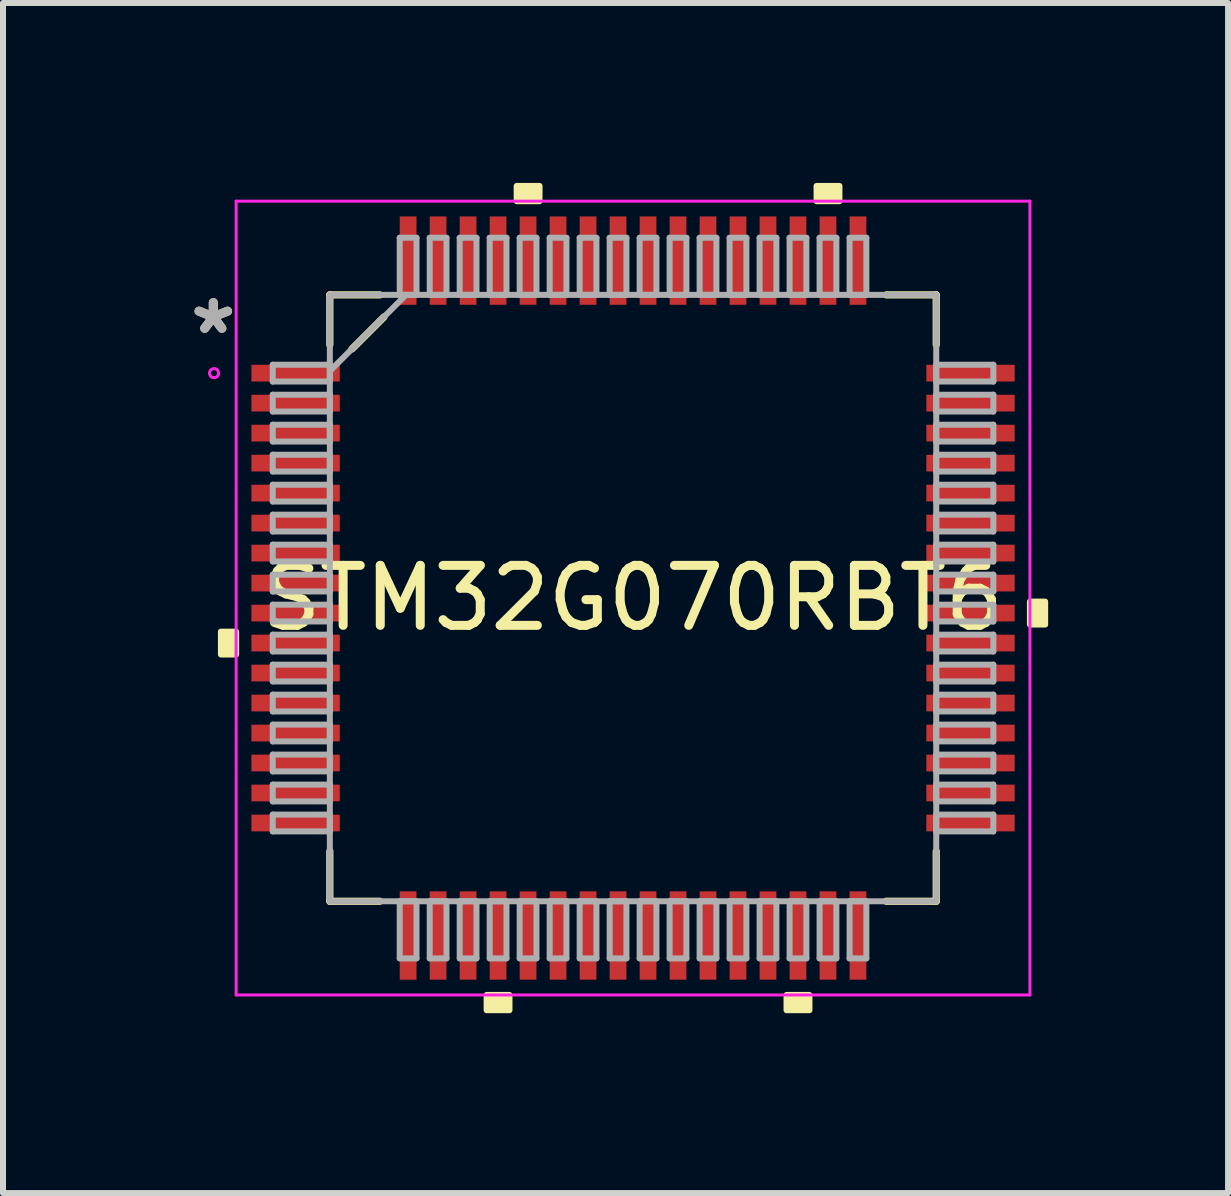
<source format=kicad_pcb>
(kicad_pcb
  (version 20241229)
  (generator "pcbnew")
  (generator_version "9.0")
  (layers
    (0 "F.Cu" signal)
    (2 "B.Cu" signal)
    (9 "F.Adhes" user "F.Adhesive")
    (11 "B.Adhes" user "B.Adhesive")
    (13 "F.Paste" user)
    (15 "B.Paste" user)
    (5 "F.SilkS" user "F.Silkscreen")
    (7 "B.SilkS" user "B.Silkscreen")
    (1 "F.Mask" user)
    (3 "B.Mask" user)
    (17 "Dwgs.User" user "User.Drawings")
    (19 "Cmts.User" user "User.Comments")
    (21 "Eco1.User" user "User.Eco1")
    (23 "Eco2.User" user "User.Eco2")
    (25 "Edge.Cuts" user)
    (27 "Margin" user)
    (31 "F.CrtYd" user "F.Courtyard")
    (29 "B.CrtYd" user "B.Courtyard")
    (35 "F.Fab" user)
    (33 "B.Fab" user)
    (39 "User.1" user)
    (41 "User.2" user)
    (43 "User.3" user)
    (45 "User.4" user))
  (footprint "STM32G070RBT6"
    (layer "F.Cu")
    (at 7.504 6.921)
    (property "Reference" "STM32G070RBT6" (at 0 0 0) (layer "F.SilkS") (effects (font (size 1 1) (thickness 0.15))))
    (attr smd)
    (fp_line (start -5.055 -5.055) (end -5.055 -4.222) (stroke (width 0.12) (type solid)) (layer "F.SilkS"))
    (fp_line (start -5.055 4.222) (end -5.055 5.055) (stroke (width 0.12) (type solid)) (layer "F.SilkS"))
    (fp_line (start -5.055 5.055) (end -4.222 5.055) (stroke (width 0.12) (type solid)) (layer "F.SilkS"))
    (fp_line (start -4.686 -4.153) (end -4.153 -4.686) (stroke (width 0.12) (type solid)) (layer "F.SilkS"))
    (fp_line (start -4.222 -5.055) (end -5.055 -5.055) (stroke (width 0.12) (type solid)) (layer "F.SilkS"))
    (fp_line (start 4.222 5.055) (end 5.055 5.055) (stroke (width 0.12) (type solid)) (layer "F.SilkS"))
    (fp_line (start 5.055 -5.055) (end 4.222 -5.055) (stroke (width 0.12) (type solid)) (layer "F.SilkS"))
    (fp_line (start 5.055 -4.222) (end 5.055 -5.055) (stroke (width 0.12) (type solid)) (layer "F.SilkS"))
    (fp_line (start 5.055 5.055) (end 5.055 4.222) (stroke (width 0.12) (type solid)) (layer "F.SilkS"))
    (fp_poly (pts (xy -6.871 0.56) (xy -6.871 0.941) (xy -6.617 0.941) (xy -6.617 0.56)) (stroke (width 0.1) (type solid)) (fill yes) (layer "F.SilkS"))
    (fp_poly (pts (xy -2.441 6.617) (xy -2.441 6.871) (xy -2.06 6.871) (xy -2.06 6.617)) (stroke (width 0.1) (type solid)) (fill yes) (layer "F.SilkS"))
    (fp_poly (pts (xy -1.94 -6.617) (xy -1.94 -6.871) (xy -1.559 -6.871) (xy -1.559 -6.617)) (stroke (width 0.1) (type solid)) (fill yes) (layer "F.SilkS"))
    (fp_poly (pts (xy 2.559 6.617) (xy 2.559 6.871) (xy 2.941 6.871) (xy 2.941 6.617)) (stroke (width 0.1) (type solid)) (fill yes) (layer "F.SilkS"))
    (fp_poly (pts (xy 3.06 -6.617) (xy 3.06 -6.871) (xy 3.441 -6.871) (xy 3.441 -6.617)) (stroke (width 0.1) (type solid)) (fill yes) (layer "F.SilkS"))
    (fp_poly (pts (xy 6.871 0.059) (xy 6.871 0.441) (xy 6.617 0.441) (xy 6.617 0.059)) (stroke (width 0.1) (type solid)) (fill yes) (layer "F.SilkS"))
    (fp_line (start -6.617 -6.617) (end 6.617 -6.617) (stroke (width 0.05) (type solid)) (layer "F.CrtYd"))
    (fp_line (start -6.617 6.617) (end -6.617 -6.617) (stroke (width 0.05) (type solid)) (layer "F.CrtYd"))
    (fp_line (start 6.617 -6.617) (end 6.617 6.617) (stroke (width 0.05) (type solid)) (layer "F.CrtYd"))
    (fp_line (start 6.617 6.617) (end -6.617 6.617) (stroke (width 0.05) (type solid)) (layer "F.CrtYd"))
    (fp_circle (center -6.985 -3.75) (end -6.909 -3.75) (stroke (width 0.05) (type solid)) (fill no) (layer "F.CrtYd"))
    (fp_line (start -6.007 -3.89) (end -6.007 -3.61) (stroke (width 0.1) (type solid)) (layer "F.Fab"))
    (fp_line (start -6.007 -3.61) (end -5.055 -3.61) (stroke (width 0.1) (type solid)) (layer "F.Fab"))
    (fp_line (start -6.007 -3.39) (end -6.007 -3.11) (stroke (width 0.1) (type solid)) (layer "F.Fab"))
    (fp_line (start -6.007 -3.11) (end -5.055 -3.11) (stroke (width 0.1) (type solid)) (layer "F.Fab"))
    (fp_line (start -6.007 -2.89) (end -6.007 -2.61) (stroke (width 0.1) (type solid)) (layer "F.Fab"))
    (fp_line (start -6.007 -2.61) (end -5.055 -2.61) (stroke (width 0.1) (type solid)) (layer "F.Fab"))
    (fp_line (start -6.007 -2.39) (end -6.007 -2.11) (stroke (width 0.1) (type solid)) (layer "F.Fab"))
    (fp_line (start -6.007 -2.11) (end -5.055 -2.11) (stroke (width 0.1) (type solid)) (layer "F.Fab"))
    (fp_line (start -6.007 -1.89) (end -6.007 -1.61) (stroke (width 0.1) (type solid)) (layer "F.Fab"))
    (fp_line (start -6.007 -1.61) (end -5.055 -1.61) (stroke (width 0.1) (type solid)) (layer "F.Fab"))
    (fp_line (start -6.007 -1.39) (end -6.007 -1.11) (stroke (width 0.1) (type solid)) (layer "F.Fab"))
    (fp_line (start -6.007 -1.11) (end -5.055 -1.11) (stroke (width 0.1) (type solid)) (layer "F.Fab"))
    (fp_line (start -6.007 -0.89) (end -6.007 -0.61) (stroke (width 0.1) (type solid)) (layer "F.Fab"))
    (fp_line (start -6.007 -0.61) (end -5.055 -0.61) (stroke (width 0.1) (type solid)) (layer "F.Fab"))
    (fp_line (start -6.007 -0.39) (end -6.007 -0.11) (stroke (width 0.1) (type solid)) (layer "F.Fab"))
    (fp_line (start -6.007 -0.11) (end -5.055 -0.11) (stroke (width 0.1) (type solid)) (layer "F.Fab"))
    (fp_line (start -6.007 0.11) (end -6.007 0.39) (stroke (width 0.1) (type solid)) (layer "F.Fab"))
    (fp_line (start -6.007 0.39) (end -5.055 0.39) (stroke (width 0.1) (type solid)) (layer "F.Fab"))
    (fp_line (start -6.007 0.61) (end -6.007 0.89) (stroke (width 0.1) (type solid)) (layer "F.Fab"))
    (fp_line (start -6.007 0.89) (end -5.055 0.89) (stroke (width 0.1) (type solid)) (layer "F.Fab"))
    (fp_line (start -6.007 1.11) (end -6.007 1.39) (stroke (width 0.1) (type solid)) (layer "F.Fab"))
    (fp_line (start -6.007 1.39) (end -5.055 1.39) (stroke (width 0.1) (type solid)) (layer "F.Fab"))
    (fp_line (start -6.007 1.61) (end -6.007 1.89) (stroke (width 0.1) (type solid)) (layer "F.Fab"))
    (fp_line (start -6.007 1.89) (end -5.055 1.89) (stroke (width 0.1) (type solid)) (layer "F.Fab"))
    (fp_line (start -6.007 2.11) (end -6.007 2.39) (stroke (width 0.1) (type solid)) (layer "F.Fab"))
    (fp_line (start -6.007 2.39) (end -5.055 2.39) (stroke (width 0.1) (type solid)) (layer "F.Fab"))
    (fp_line (start -6.007 2.61) (end -6.007 2.89) (stroke (width 0.1) (type solid)) (layer "F.Fab"))
    (fp_line (start -6.007 2.89) (end -5.055 2.89) (stroke (width 0.1) (type solid)) (layer "F.Fab"))
    (fp_line (start -6.007 3.11) (end -6.007 3.39) (stroke (width 0.1) (type solid)) (layer "F.Fab"))
    (fp_line (start -6.007 3.39) (end -5.055 3.39) (stroke (width 0.1) (type solid)) (layer "F.Fab"))
    (fp_line (start -6.007 3.61) (end -6.007 3.89) (stroke (width 0.1) (type solid)) (layer "F.Fab"))
    (fp_line (start -6.007 3.89) (end -5.055 3.89) (stroke (width 0.1) (type solid)) (layer "F.Fab"))
    (fp_line (start -5.055 -5.055) (end -5.055 -5.055) (stroke (width 0.1) (type solid)) (layer "F.Fab"))
    (fp_line (start -5.055 -5.055) (end -5.055 5.055) (stroke (width 0.1) (type solid)) (layer "F.Fab"))
    (fp_line (start -5.055 -3.89) (end -6.007 -3.89) (stroke (width 0.1) (type solid)) (layer "F.Fab"))
    (fp_line (start -5.055 -3.785) (end -3.785 -5.055) (stroke (width 0.1) (type solid)) (layer "F.Fab"))
    (fp_line (start -5.055 -3.61) (end -5.055 -3.89) (stroke (width 0.1) (type solid)) (layer "F.Fab"))
    (fp_line (start -5.055 -3.39) (end -6.007 -3.39) (stroke (width 0.1) (type solid)) (layer "F.Fab"))
    (fp_line (start -5.055 -3.11) (end -5.055 -3.39) (stroke (width 0.1) (type solid)) (layer "F.Fab"))
    (fp_line (start -5.055 -2.89) (end -6.007 -2.89) (stroke (width 0.1) (type solid)) (layer "F.Fab"))
    (fp_line (start -5.055 -2.61) (end -5.055 -2.89) (stroke (width 0.1) (type solid)) (layer "F.Fab"))
    (fp_line (start -5.055 -2.39) (end -6.007 -2.39) (stroke (width 0.1) (type solid)) (layer "F.Fab"))
    (fp_line (start -5.055 -2.11) (end -5.055 -2.39) (stroke (width 0.1) (type solid)) (layer "F.Fab"))
    (fp_line (start -5.055 -1.89) (end -6.007 -1.89) (stroke (width 0.1) (type solid)) (layer "F.Fab"))
    (fp_line (start -5.055 -1.61) (end -5.055 -1.89) (stroke (width 0.1) (type solid)) (layer "F.Fab"))
    (fp_line (start -5.055 -1.39) (end -6.007 -1.39) (stroke (width 0.1) (type solid)) (layer "F.Fab"))
    (fp_line (start -5.055 -1.11) (end -5.055 -1.39) (stroke (width 0.1) (type solid)) (layer "F.Fab"))
    (fp_line (start -5.055 -0.89) (end -6.007 -0.89) (stroke (width 0.1) (type solid)) (layer "F.Fab"))
    (fp_line (start -5.055 -0.61) (end -5.055 -0.89) (stroke (width 0.1) (type solid)) (layer "F.Fab"))
    (fp_line (start -5.055 -0.39) (end -6.007 -0.39) (stroke (width 0.1) (type solid)) (layer "F.Fab"))
    (fp_line (start -5.055 -0.11) (end -5.055 -0.39) (stroke (width 0.1) (type solid)) (layer "F.Fab"))
    (fp_line (start -5.055 0.11) (end -6.007 0.11) (stroke (width 0.1) (type solid)) (layer "F.Fab"))
    (fp_line (start -5.055 0.39) (end -5.055 0.11) (stroke (width 0.1) (type solid)) (layer "F.Fab"))
    (fp_line (start -5.055 0.61) (end -6.007 0.61) (stroke (width 0.1) (type solid)) (layer "F.Fab"))
    (fp_line (start -5.055 0.89) (end -5.055 0.61) (stroke (width 0.1) (type solid)) (layer "F.Fab"))
    (fp_line (start -5.055 1.11) (end -6.007 1.11) (stroke (width 0.1) (type solid)) (layer "F.Fab"))
    (fp_line (start -5.055 1.39) (end -5.055 1.11) (stroke (width 0.1) (type solid)) (layer "F.Fab"))
    (fp_line (start -5.055 1.61) (end -6.007 1.61) (stroke (width 0.1) (type solid)) (layer "F.Fab"))
    (fp_line (start -5.055 1.89) (end -5.055 1.61) (stroke (width 0.1) (type solid)) (layer "F.Fab"))
    (fp_line (start -5.055 2.11) (end -6.007 2.11) (stroke (width 0.1) (type solid)) (layer "F.Fab"))
    (fp_line (start -5.055 2.39) (end -5.055 2.11) (stroke (width 0.1) (type solid)) (layer "F.Fab"))
    (fp_line (start -5.055 2.61) (end -6.007 2.61) (stroke (width 0.1) (type solid)) (layer "F.Fab"))
    (fp_line (start -5.055 2.89) (end -5.055 2.61) (stroke (width 0.1) (type solid)) (layer "F.Fab"))
    (fp_line (start -5.055 3.11) (end -6.007 3.11) (stroke (width 0.1) (type solid)) (layer "F.Fab"))
    (fp_line (start -5.055 3.39) (end -5.055 3.11) (stroke (width 0.1) (type solid)) (layer "F.Fab"))
    (fp_line (start -5.055 3.61) (end -6.007 3.61) (stroke (width 0.1) (type solid)) (layer "F.Fab"))
    (fp_line (start -5.055 3.89) (end -5.055 3.61) (stroke (width 0.1) (type solid)) (layer "F.Fab"))
    (fp_line (start -5.055 5.055) (end -5.055 5.055) (stroke (width 0.1) (type solid)) (layer "F.Fab"))
    (fp_line (start -5.055 5.055) (end 5.055 5.055) (stroke (width 0.1) (type solid)) (layer "F.Fab"))
    (fp_line (start -3.89 -6.007) (end -3.89 -5.055) (stroke (width 0.1) (type solid)) (layer "F.Fab"))
    (fp_line (start -3.89 -5.055) (end -3.61 -5.055) (stroke (width 0.1) (type solid)) (layer "F.Fab"))
    (fp_line (start -3.89 5.055) (end -3.89 6.007) (stroke (width 0.1) (type solid)) (layer "F.Fab"))
    (fp_line (start -3.89 6.007) (end -3.61 6.007) (stroke (width 0.1) (type solid)) (layer "F.Fab"))
    (fp_line (start -3.61 -6.007) (end -3.89 -6.007) (stroke (width 0.1) (type solid)) (layer "F.Fab"))
    (fp_line (start -3.61 -5.055) (end -3.61 -6.007) (stroke (width 0.1) (type solid)) (layer "F.Fab"))
    (fp_line (start -3.61 5.055) (end -3.89 5.055) (stroke (width 0.1) (type solid)) (layer "F.Fab"))
    (fp_line (start -3.61 6.007) (end -3.61 5.055) (stroke (width 0.1) (type solid)) (layer "F.Fab"))
    (fp_line (start -3.39 -6.007) (end -3.39 -5.055) (stroke (width 0.1) (type solid)) (layer "F.Fab"))
    (fp_line (start -3.39 -5.055) (end -3.11 -5.055) (stroke (width 0.1) (type solid)) (layer "F.Fab"))
    (fp_line (start -3.39 5.055) (end -3.39 6.007) (stroke (width 0.1) (type solid)) (layer "F.Fab"))
    (fp_line (start -3.39 6.007) (end -3.11 6.007) (stroke (width 0.1) (type solid)) (layer "F.Fab"))
    (fp_line (start -3.11 -6.007) (end -3.39 -6.007) (stroke (width 0.1) (type solid)) (layer "F.Fab"))
    (fp_line (start -3.11 -5.055) (end -3.11 -6.007) (stroke (width 0.1) (type solid)) (layer "F.Fab"))
    (fp_line (start -3.11 5.055) (end -3.39 5.055) (stroke (width 0.1) (type solid)) (layer "F.Fab"))
    (fp_line (start -3.11 6.007) (end -3.11 5.055) (stroke (width 0.1) (type solid)) (layer "F.Fab"))
    (fp_line (start -2.89 -6.007) (end -2.89 -5.055) (stroke (width 0.1) (type solid)) (layer "F.Fab"))
    (fp_line (start -2.89 -5.055) (end -2.61 -5.055) (stroke (width 0.1) (type solid)) (layer "F.Fab"))
    (fp_line (start -2.89 5.055) (end -2.89 6.007) (stroke (width 0.1) (type solid)) (layer "F.Fab"))
    (fp_line (start -2.89 6.007) (end -2.61 6.007) (stroke (width 0.1) (type solid)) (layer "F.Fab"))
    (fp_line (start -2.61 -6.007) (end -2.89 -6.007) (stroke (width 0.1) (type solid)) (layer "F.Fab"))
    (fp_line (start -2.61 -5.055) (end -2.61 -6.007) (stroke (width 0.1) (type solid)) (layer "F.Fab"))
    (fp_line (start -2.61 5.055) (end -2.89 5.055) (stroke (width 0.1) (type solid)) (layer "F.Fab"))
    (fp_line (start -2.61 6.007) (end -2.61 5.055) (stroke (width 0.1) (type solid)) (layer "F.Fab"))
    (fp_line (start -2.39 -6.007) (end -2.39 -5.055) (stroke (width 0.1) (type solid)) (layer "F.Fab"))
    (fp_line (start -2.39 -5.055) (end -2.11 -5.055) (stroke (width 0.1) (type solid)) (layer "F.Fab"))
    (fp_line (start -2.39 5.055) (end -2.39 6.007) (stroke (width 0.1) (type solid)) (layer "F.Fab"))
    (fp_line (start -2.39 6.007) (end -2.11 6.007) (stroke (width 0.1) (type solid)) (layer "F.Fab"))
    (fp_line (start -2.11 -6.007) (end -2.39 -6.007) (stroke (width 0.1) (type solid)) (layer "F.Fab"))
    (fp_line (start -2.11 -5.055) (end -2.11 -6.007) (stroke (width 0.1) (type solid)) (layer "F.Fab"))
    (fp_line (start -2.11 5.055) (end -2.39 5.055) (stroke (width 0.1) (type solid)) (layer "F.Fab"))
    (fp_line (start -2.11 6.007) (end -2.11 5.055) (stroke (width 0.1) (type solid)) (layer "F.Fab"))
    (fp_line (start -1.89 -6.007) (end -1.89 -5.055) (stroke (width 0.1) (type solid)) (layer "F.Fab"))
    (fp_line (start -1.89 -5.055) (end -1.61 -5.055) (stroke (width 0.1) (type solid)) (layer "F.Fab"))
    (fp_line (start -1.89 5.055) (end -1.89 6.007) (stroke (width 0.1) (type solid)) (layer "F.Fab"))
    (fp_line (start -1.89 6.007) (end -1.61 6.007) (stroke (width 0.1) (type solid)) (layer "F.Fab"))
    (fp_line (start -1.61 -6.007) (end -1.89 -6.007) (stroke (width 0.1) (type solid)) (layer "F.Fab"))
    (fp_line (start -1.61 -5.055) (end -1.61 -6.007) (stroke (width 0.1) (type solid)) (layer "F.Fab"))
    (fp_line (start -1.61 5.055) (end -1.89 5.055) (stroke (width 0.1) (type solid)) (layer "F.Fab"))
    (fp_line (start -1.61 6.007) (end -1.61 5.055) (stroke (width 0.1) (type solid)) (layer "F.Fab"))
    (fp_line (start -1.39 -6.007) (end -1.39 -5.055) (stroke (width 0.1) (type solid)) (layer "F.Fab"))
    (fp_line (start -1.39 -5.055) (end -1.11 -5.055) (stroke (width 0.1) (type solid)) (layer "F.Fab"))
    (fp_line (start -1.39 5.055) (end -1.39 6.007) (stroke (width 0.1) (type solid)) (layer "F.Fab"))
    (fp_line (start -1.39 6.007) (end -1.11 6.007) (stroke (width 0.1) (type solid)) (layer "F.Fab"))
    (fp_line (start -1.11 -6.007) (end -1.39 -6.007) (stroke (width 0.1) (type solid)) (layer "F.Fab"))
    (fp_line (start -1.11 -5.055) (end -1.11 -6.007) (stroke (width 0.1) (type solid)) (layer "F.Fab"))
    (fp_line (start -1.11 5.055) (end -1.39 5.055) (stroke (width 0.1) (type solid)) (layer "F.Fab"))
    (fp_line (start -1.11 6.007) (end -1.11 5.055) (stroke (width 0.1) (type solid)) (layer "F.Fab"))
    (fp_line (start -0.89 -6.007) (end -0.89 -5.055) (stroke (width 0.1) (type solid)) (layer "F.Fab"))
    (fp_line (start -0.89 -5.055) (end -0.61 -5.055) (stroke (width 0.1) (type solid)) (layer "F.Fab"))
    (fp_line (start -0.89 5.055) (end -0.89 6.007) (stroke (width 0.1) (type solid)) (layer "F.Fab"))
    (fp_line (start -0.89 6.007) (end -0.61 6.007) (stroke (width 0.1) (type solid)) (layer "F.Fab"))
    (fp_line (start -0.61 -6.007) (end -0.89 -6.007) (stroke (width 0.1) (type solid)) (layer "F.Fab"))
    (fp_line (start -0.61 -5.055) (end -0.61 -6.007) (stroke (width 0.1) (type solid)) (layer "F.Fab"))
    (fp_line (start -0.61 5.055) (end -0.89 5.055) (stroke (width 0.1) (type solid)) (layer "F.Fab"))
    (fp_line (start -0.61 6.007) (end -0.61 5.055) (stroke (width 0.1) (type solid)) (layer "F.Fab"))
    (fp_line (start -0.39 -6.007) (end -0.39 -5.055) (stroke (width 0.1) (type solid)) (layer "F.Fab"))
    (fp_line (start -0.39 -5.055) (end -0.11 -5.055) (stroke (width 0.1) (type solid)) (layer "F.Fab"))
    (fp_line (start -0.39 5.055) (end -0.39 6.007) (stroke (width 0.1) (type solid)) (layer "F.Fab"))
    (fp_line (start -0.39 6.007) (end -0.11 6.007) (stroke (width 0.1) (type solid)) (layer "F.Fab"))
    (fp_line (start -0.11 -6.007) (end -0.39 -6.007) (stroke (width 0.1) (type solid)) (layer "F.Fab"))
    (fp_line (start -0.11 -5.055) (end -0.11 -6.007) (stroke (width 0.1) (type solid)) (layer "F.Fab"))
    (fp_line (start -0.11 5.055) (end -0.39 5.055) (stroke (width 0.1) (type solid)) (layer "F.Fab"))
    (fp_line (start -0.11 6.007) (end -0.11 5.055) (stroke (width 0.1) (type solid)) (layer "F.Fab"))
    (fp_line (start 0.11 -6.007) (end 0.11 -5.055) (stroke (width 0.1) (type solid)) (layer "F.Fab"))
    (fp_line (start 0.11 -5.055) (end 0.39 -5.055) (stroke (width 0.1) (type solid)) (layer "F.Fab"))
    (fp_line (start 0.11 5.055) (end 0.11 6.007) (stroke (width 0.1) (type solid)) (layer "F.Fab"))
    (fp_line (start 0.11 6.007) (end 0.39 6.007) (stroke (width 0.1) (type solid)) (layer "F.Fab"))
    (fp_line (start 0.39 -6.007) (end 0.11 -6.007) (stroke (width 0.1) (type solid)) (layer "F.Fab"))
    (fp_line (start 0.39 -5.055) (end 0.39 -6.007) (stroke (width 0.1) (type solid)) (layer "F.Fab"))
    (fp_line (start 0.39 5.055) (end 0.11 5.055) (stroke (width 0.1) (type solid)) (layer "F.Fab"))
    (fp_line (start 0.39 6.007) (end 0.39 5.055) (stroke (width 0.1) (type solid)) (layer "F.Fab"))
    (fp_line (start 0.61 -6.007) (end 0.61 -5.055) (stroke (width 0.1) (type solid)) (layer "F.Fab"))
    (fp_line (start 0.61 -5.055) (end 0.89 -5.055) (stroke (width 0.1) (type solid)) (layer "F.Fab"))
    (fp_line (start 0.61 5.055) (end 0.61 6.007) (stroke (width 0.1) (type solid)) (layer "F.Fab"))
    (fp_line (start 0.61 6.007) (end 0.89 6.007) (stroke (width 0.1) (type solid)) (layer "F.Fab"))
    (fp_line (start 0.89 -6.007) (end 0.61 -6.007) (stroke (width 0.1) (type solid)) (layer "F.Fab"))
    (fp_line (start 0.89 -5.055) (end 0.89 -6.007) (stroke (width 0.1) (type solid)) (layer "F.Fab"))
    (fp_line (start 0.89 5.055) (end 0.61 5.055) (stroke (width 0.1) (type solid)) (layer "F.Fab"))
    (fp_line (start 0.89 6.007) (end 0.89 5.055) (stroke (width 0.1) (type solid)) (layer "F.Fab"))
    (fp_line (start 1.11 -6.007) (end 1.11 -5.055) (stroke (width 0.1) (type solid)) (layer "F.Fab"))
    (fp_line (start 1.11 -5.055) (end 1.39 -5.055) (stroke (width 0.1) (type solid)) (layer "F.Fab"))
    (fp_line (start 1.11 5.055) (end 1.11 6.007) (stroke (width 0.1) (type solid)) (layer "F.Fab"))
    (fp_line (start 1.11 6.007) (end 1.39 6.007) (stroke (width 0.1) (type solid)) (layer "F.Fab"))
    (fp_line (start 1.39 -6.007) (end 1.11 -6.007) (stroke (width 0.1) (type solid)) (layer "F.Fab"))
    (fp_line (start 1.39 -5.055) (end 1.39 -6.007) (stroke (width 0.1) (type solid)) (layer "F.Fab"))
    (fp_line (start 1.39 5.055) (end 1.11 5.055) (stroke (width 0.1) (type solid)) (layer "F.Fab"))
    (fp_line (start 1.39 6.007) (end 1.39 5.055) (stroke (width 0.1) (type solid)) (layer "F.Fab"))
    (fp_line (start 1.61 -6.007) (end 1.61 -5.055) (stroke (width 0.1) (type solid)) (layer "F.Fab"))
    (fp_line (start 1.61 -5.055) (end 1.89 -5.055) (stroke (width 0.1) (type solid)) (layer "F.Fab"))
    (fp_line (start 1.61 5.055) (end 1.61 6.007) (stroke (width 0.1) (type solid)) (layer "F.Fab"))
    (fp_line (start 1.61 6.007) (end 1.89 6.007) (stroke (width 0.1) (type solid)) (layer "F.Fab"))
    (fp_line (start 1.89 -6.007) (end 1.61 -6.007) (stroke (width 0.1) (type solid)) (layer "F.Fab"))
    (fp_line (start 1.89 -5.055) (end 1.89 -6.007) (stroke (width 0.1) (type solid)) (layer "F.Fab"))
    (fp_line (start 1.89 5.055) (end 1.61 5.055) (stroke (width 0.1) (type solid)) (layer "F.Fab"))
    (fp_line (start 1.89 6.007) (end 1.89 5.055) (stroke (width 0.1) (type solid)) (layer "F.Fab"))
    (fp_line (start 2.11 -6.007) (end 2.11 -5.055) (stroke (width 0.1) (type solid)) (layer "F.Fab"))
    (fp_line (start 2.11 -5.055) (end 2.39 -5.055) (stroke (width 0.1) (type solid)) (layer "F.Fab"))
    (fp_line (start 2.11 5.055) (end 2.11 6.007) (stroke (width 0.1) (type solid)) (layer "F.Fab"))
    (fp_line (start 2.11 6.007) (end 2.39 6.007) (stroke (width 0.1) (type solid)) (layer "F.Fab"))
    (fp_line (start 2.39 -6.007) (end 2.11 -6.007) (stroke (width 0.1) (type solid)) (layer "F.Fab"))
    (fp_line (start 2.39 -5.055) (end 2.39 -6.007) (stroke (width 0.1) (type solid)) (layer "F.Fab"))
    (fp_line (start 2.39 5.055) (end 2.11 5.055) (stroke (width 0.1) (type solid)) (layer "F.Fab"))
    (fp_line (start 2.39 6.007) (end 2.39 5.055) (stroke (width 0.1) (type solid)) (layer "F.Fab"))
    (fp_line (start 2.61 -6.007) (end 2.61 -5.055) (stroke (width 0.1) (type solid)) (layer "F.Fab"))
    (fp_line (start 2.61 -5.055) (end 2.89 -5.055) (stroke (width 0.1) (type solid)) (layer "F.Fab"))
    (fp_line (start 2.61 5.055) (end 2.61 6.007) (stroke (width 0.1) (type solid)) (layer "F.Fab"))
    (fp_line (start 2.61 6.007) (end 2.89 6.007) (stroke (width 0.1) (type solid)) (layer "F.Fab"))
    (fp_line (start 2.89 -6.007) (end 2.61 -6.007) (stroke (width 0.1) (type solid)) (layer "F.Fab"))
    (fp_line (start 2.89 -5.055) (end 2.89 -6.007) (stroke (width 0.1) (type solid)) (layer "F.Fab"))
    (fp_line (start 2.89 5.055) (end 2.61 5.055) (stroke (width 0.1) (type solid)) (layer "F.Fab"))
    (fp_line (start 2.89 6.007) (end 2.89 5.055) (stroke (width 0.1) (type solid)) (layer "F.Fab"))
    (fp_line (start 3.11 -6.007) (end 3.11 -5.055) (stroke (width 0.1) (type solid)) (layer "F.Fab"))
    (fp_line (start 3.11 -5.055) (end 3.39 -5.055) (stroke (width 0.1) (type solid)) (layer "F.Fab"))
    (fp_line (start 3.11 5.055) (end 3.11 6.007) (stroke (width 0.1) (type solid)) (layer "F.Fab"))
    (fp_line (start 3.11 6.007) (end 3.39 6.007) (stroke (width 0.1) (type solid)) (layer "F.Fab"))
    (fp_line (start 3.39 -6.007) (end 3.11 -6.007) (stroke (width 0.1) (type solid)) (layer "F.Fab"))
    (fp_line (start 3.39 -5.055) (end 3.39 -6.007) (stroke (width 0.1) (type solid)) (layer "F.Fab"))
    (fp_line (start 3.39 5.055) (end 3.11 5.055) (stroke (width 0.1) (type solid)) (layer "F.Fab"))
    (fp_line (start 3.39 6.007) (end 3.39 5.055) (stroke (width 0.1) (type solid)) (layer "F.Fab"))
    (fp_line (start 3.61 -6.007) (end 3.61 -5.055) (stroke (width 0.1) (type solid)) (layer "F.Fab"))
    (fp_line (start 3.61 -5.055) (end 3.89 -5.055) (stroke (width 0.1) (type solid)) (layer "F.Fab"))
    (fp_line (start 3.61 5.055) (end 3.61 6.007) (stroke (width 0.1) (type solid)) (layer "F.Fab"))
    (fp_line (start 3.61 6.007) (end 3.89 6.007) (stroke (width 0.1) (type solid)) (layer "F.Fab"))
    (fp_line (start 3.89 -6.007) (end 3.61 -6.007) (stroke (width 0.1) (type solid)) (layer "F.Fab"))
    (fp_line (start 3.89 -5.055) (end 3.89 -6.007) (stroke (width 0.1) (type solid)) (layer "F.Fab"))
    (fp_line (start 3.89 5.055) (end 3.61 5.055) (stroke (width 0.1) (type solid)) (layer "F.Fab"))
    (fp_line (start 3.89 6.007) (end 3.89 5.055) (stroke (width 0.1) (type solid)) (layer "F.Fab"))
    (fp_line (start 5.055 -5.055) (end -5.055 -5.055) (stroke (width 0.1) (type solid)) (layer "F.Fab"))
    (fp_line (start 5.055 -5.055) (end 5.055 -5.055) (stroke (width 0.1) (type solid)) (layer "F.Fab"))
    (fp_line (start 5.055 -3.89) (end 5.055 -3.61) (stroke (width 0.1) (type solid)) (layer "F.Fab"))
    (fp_line (start 5.055 -3.61) (end 6.007 -3.61) (stroke (width 0.1) (type solid)) (layer "F.Fab"))
    (fp_line (start 5.055 -3.39) (end 5.055 -3.11) (stroke (width 0.1) (type solid)) (layer "F.Fab"))
    (fp_line (start 5.055 -3.11) (end 6.007 -3.11) (stroke (width 0.1) (type solid)) (layer "F.Fab"))
    (fp_line (start 5.055 -2.89) (end 5.055 -2.61) (stroke (width 0.1) (type solid)) (layer "F.Fab"))
    (fp_line (start 5.055 -2.61) (end 6.007 -2.61) (stroke (width 0.1) (type solid)) (layer "F.Fab"))
    (fp_line (start 5.055 -2.39) (end 5.055 -2.11) (stroke (width 0.1) (type solid)) (layer "F.Fab"))
    (fp_line (start 5.055 -2.11) (end 6.007 -2.11) (stroke (width 0.1) (type solid)) (layer "F.Fab"))
    (fp_line (start 5.055 -1.89) (end 5.055 -1.61) (stroke (width 0.1) (type solid)) (layer "F.Fab"))
    (fp_line (start 5.055 -1.61) (end 6.007 -1.61) (stroke (width 0.1) (type solid)) (layer "F.Fab"))
    (fp_line (start 5.055 -1.39) (end 5.055 -1.11) (stroke (width 0.1) (type solid)) (layer "F.Fab"))
    (fp_line (start 5.055 -1.11) (end 6.007 -1.11) (stroke (width 0.1) (type solid)) (layer "F.Fab"))
    (fp_line (start 5.055 -0.89) (end 5.055 -0.61) (stroke (width 0.1) (type solid)) (layer "F.Fab"))
    (fp_line (start 5.055 -0.61) (end 6.007 -0.61) (stroke (width 0.1) (type solid)) (layer "F.Fab"))
    (fp_line (start 5.055 -0.39) (end 5.055 -0.11) (stroke (width 0.1) (type solid)) (layer "F.Fab"))
    (fp_line (start 5.055 -0.11) (end 6.007 -0.11) (stroke (width 0.1) (type solid)) (layer "F.Fab"))
    (fp_line (start 5.055 0.11) (end 5.055 0.39) (stroke (width 0.1) (type solid)) (layer "F.Fab"))
    (fp_line (start 5.055 0.39) (end 6.007 0.39) (stroke (width 0.1) (type solid)) (layer "F.Fab"))
    (fp_line (start 5.055 0.61) (end 5.055 0.89) (stroke (width 0.1) (type solid)) (layer "F.Fab"))
    (fp_line (start 5.055 0.89) (end 6.007 0.89) (stroke (width 0.1) (type solid)) (layer "F.Fab"))
    (fp_line (start 5.055 1.11) (end 5.055 1.39) (stroke (width 0.1) (type solid)) (layer "F.Fab"))
    (fp_line (start 5.055 1.39) (end 6.007 1.39) (stroke (width 0.1) (type solid)) (layer "F.Fab"))
    (fp_line (start 5.055 1.61) (end 5.055 1.89) (stroke (width 0.1) (type solid)) (layer "F.Fab"))
    (fp_line (start 5.055 1.89) (end 6.007 1.89) (stroke (width 0.1) (type solid)) (layer "F.Fab"))
    (fp_line (start 5.055 2.11) (end 5.055 2.39) (stroke (width 0.1) (type solid)) (layer "F.Fab"))
    (fp_line (start 5.055 2.39) (end 6.007 2.39) (stroke (width 0.1) (type solid)) (layer "F.Fab"))
    (fp_line (start 5.055 2.61) (end 5.055 2.89) (stroke (width 0.1) (type solid)) (layer "F.Fab"))
    (fp_line (start 5.055 2.89) (end 6.007 2.89) (stroke (width 0.1) (type solid)) (layer "F.Fab"))
    (fp_line (start 5.055 3.11) (end 5.055 3.39) (stroke (width 0.1) (type solid)) (layer "F.Fab"))
    (fp_line (start 5.055 3.39) (end 6.007 3.39) (stroke (width 0.1) (type solid)) (layer "F.Fab"))
    (fp_line (start 5.055 3.61) (end 5.055 3.89) (stroke (width 0.1) (type solid)) (layer "F.Fab"))
    (fp_line (start 5.055 3.89) (end 6.007 3.89) (stroke (width 0.1) (type solid)) (layer "F.Fab"))
    (fp_line (start 5.055 5.055) (end 5.055 -5.055) (stroke (width 0.1) (type solid)) (layer "F.Fab"))
    (fp_line (start 5.055 5.055) (end 5.055 5.055) (stroke (width 0.1) (type solid)) (layer "F.Fab"))
    (fp_line (start 6.007 -3.89) (end 5.055 -3.89) (stroke (width 0.1) (type solid)) (layer "F.Fab"))
    (fp_line (start 6.007 -3.61) (end 6.007 -3.89) (stroke (width 0.1) (type solid)) (layer "F.Fab"))
    (fp_line (start 6.007 -3.39) (end 5.055 -3.39) (stroke (width 0.1) (type solid)) (layer "F.Fab"))
    (fp_line (start 6.007 -3.11) (end 6.007 -3.39) (stroke (width 0.1) (type solid)) (layer "F.Fab"))
    (fp_line (start 6.007 -2.89) (end 5.055 -2.89) (stroke (width 0.1) (type solid)) (layer "F.Fab"))
    (fp_line (start 6.007 -2.61) (end 6.007 -2.89) (stroke (width 0.1) (type solid)) (layer "F.Fab"))
    (fp_line (start 6.007 -2.39) (end 5.055 -2.39) (stroke (width 0.1) (type solid)) (layer "F.Fab"))
    (fp_line (start 6.007 -2.11) (end 6.007 -2.39) (stroke (width 0.1) (type solid)) (layer "F.Fab"))
    (fp_line (start 6.007 -1.89) (end 5.055 -1.89) (stroke (width 0.1) (type solid)) (layer "F.Fab"))
    (fp_line (start 6.007 -1.61) (end 6.007 -1.89) (stroke (width 0.1) (type solid)) (layer "F.Fab"))
    (fp_line (start 6.007 -1.39) (end 5.055 -1.39) (stroke (width 0.1) (type solid)) (layer "F.Fab"))
    (fp_line (start 6.007 -1.11) (end 6.007 -1.39) (stroke (width 0.1) (type solid)) (layer "F.Fab"))
    (fp_line (start 6.007 -0.89) (end 5.055 -0.89) (stroke (width 0.1) (type solid)) (layer "F.Fab"))
    (fp_line (start 6.007 -0.61) (end 6.007 -0.89) (stroke (width 0.1) (type solid)) (layer "F.Fab"))
    (fp_line (start 6.007 -0.39) (end 5.055 -0.39) (stroke (width 0.1) (type solid)) (layer "F.Fab"))
    (fp_line (start 6.007 -0.11) (end 6.007 -0.39) (stroke (width 0.1) (type solid)) (layer "F.Fab"))
    (fp_line (start 6.007 0.11) (end 5.055 0.11) (stroke (width 0.1) (type solid)) (layer "F.Fab"))
    (fp_line (start 6.007 0.39) (end 6.007 0.11) (stroke (width 0.1) (type solid)) (layer "F.Fab"))
    (fp_line (start 6.007 0.61) (end 5.055 0.61) (stroke (width 0.1) (type solid)) (layer "F.Fab"))
    (fp_line (start 6.007 0.89) (end 6.007 0.61) (stroke (width 0.1) (type solid)) (layer "F.Fab"))
    (fp_line (start 6.007 1.11) (end 5.055 1.11) (stroke (width 0.1) (type solid)) (layer "F.Fab"))
    (fp_line (start 6.007 1.39) (end 6.007 1.11) (stroke (width 0.1) (type solid)) (layer "F.Fab"))
    (fp_line (start 6.007 1.61) (end 5.055 1.61) (stroke (width 0.1) (type solid)) (layer "F.Fab"))
    (fp_line (start 6.007 1.89) (end 6.007 1.61) (stroke (width 0.1) (type solid)) (layer "F.Fab"))
    (fp_line (start 6.007 2.11) (end 5.055 2.11) (stroke (width 0.1) (type solid)) (layer "F.Fab"))
    (fp_line (start 6.007 2.39) (end 6.007 2.11) (stroke (width 0.1) (type solid)) (layer "F.Fab"))
    (fp_line (start 6.007 2.61) (end 5.055 2.61) (stroke (width 0.1) (type solid)) (layer "F.Fab"))
    (fp_line (start 6.007 2.89) (end 6.007 2.61) (stroke (width 0.1) (type solid)) (layer "F.Fab"))
    (fp_line (start 6.007 3.11) (end 5.055 3.11) (stroke (width 0.1) (type solid)) (layer "F.Fab"))
    (fp_line (start 6.007 3.39) (end 6.007 3.11) (stroke (width 0.1) (type solid)) (layer "F.Fab"))
    (fp_line (start 6.007 3.61) (end 5.055 3.61) (stroke (width 0.1) (type solid)) (layer "F.Fab"))
    (fp_line (start 6.007 3.89) (end 6.007 3.61) (stroke (width 0.1) (type solid)) (layer "F.Fab"))
    (fp_text user "*" (at -6.998 -4.381 0) (layer "F.SilkS") (effects (font (size 1 1) (thickness 0.15))))
    (fp_text user "*" (at -6.998 -4.381 0) (layer "F.Fab") (effects (font (size 1 1) (thickness 0.15))))
    (pad "1" smd rect (at -5.626 -3.75 90) (size 0.279 1.473) (layers "F.Cu" "F.Mask" "F.Paste"))
    (pad "2" smd rect (at -5.626 -3.25 90) (size 0.279 1.473) (layers "F.Cu" "F.Mask" "F.Paste"))
    (pad "3" smd rect (at -5.626 -2.75 90) (size 0.279 1.473) (layers "F.Cu" "F.Mask" "F.Paste"))
    (pad "4" smd rect (at -5.626 -2.25 90) (size 0.279 1.473) (layers "F.Cu" "F.Mask" "F.Paste"))
    (pad "5" smd rect (at -5.626 -1.75 90) (size 0.279 1.473) (layers "F.Cu" "F.Mask" "F.Paste"))
    (pad "6" smd rect (at -5.626 -1.25 90) (size 0.279 1.473) (layers "F.Cu" "F.Mask" "F.Paste"))
    (pad "7" smd rect (at -5.626 -0.75 90) (size 0.279 1.473) (layers "F.Cu" "F.Mask" "F.Paste"))
    (pad "8" smd rect (at -5.626 -0.25 90) (size 0.279 1.473) (layers "F.Cu" "F.Mask" "F.Paste"))
    (pad "9" smd rect (at -5.626 0.25 90) (size 0.279 1.473) (layers "F.Cu" "F.Mask" "F.Paste"))
    (pad "10" smd rect (at -5.626 0.75 90) (size 0.279 1.473) (layers "F.Cu" "F.Mask" "F.Paste"))
    (pad "11" smd rect (at -5.626 1.25 90) (size 0.279 1.473) (layers "F.Cu" "F.Mask" "F.Paste"))
    (pad "12" smd rect (at -5.626 1.75 90) (size 0.279 1.473) (layers "F.Cu" "F.Mask" "F.Paste"))
    (pad "13" smd rect (at -5.626 2.25 90) (size 0.279 1.473) (layers "F.Cu" "F.Mask" "F.Paste"))
    (pad "14" smd rect (at -5.626 2.75 90) (size 0.279 1.473) (layers "F.Cu" "F.Mask" "F.Paste"))
    (pad "15" smd rect (at -5.626 3.25 90) (size 0.279 1.473) (layers "F.Cu" "F.Mask" "F.Paste"))
    (pad "16" smd rect (at -5.626 3.75 90) (size 0.279 1.473) (layers "F.Cu" "F.Mask" "F.Paste"))
    (pad "17" smd rect (at -3.75 5.626) (size 0.279 1.473) (layers "F.Cu" "F.Mask" "F.Paste"))
    (pad "18" smd rect (at -3.25 5.626) (size 0.279 1.473) (layers "F.Cu" "F.Mask" "F.Paste"))
    (pad "19" smd rect (at -2.75 5.626) (size 0.279 1.473) (layers "F.Cu" "F.Mask" "F.Paste"))
    (pad "20" smd rect (at -2.25 5.626) (size 0.279 1.473) (layers "F.Cu" "F.Mask" "F.Paste"))
    (pad "21" smd rect (at -1.75 5.626) (size 0.279 1.473) (layers "F.Cu" "F.Mask" "F.Paste"))
    (pad "22" smd rect (at -1.25 5.626) (size 0.279 1.473) (layers "F.Cu" "F.Mask" "F.Paste"))
    (pad "23" smd rect (at -0.75 5.626) (size 0.279 1.473) (layers "F.Cu" "F.Mask" "F.Paste"))
    (pad "24" smd rect (at -0.25 5.626) (size 0.279 1.473) (layers "F.Cu" "F.Mask" "F.Paste"))
    (pad "25" smd rect (at 0.25 5.626) (size 0.279 1.473) (layers "F.Cu" "F.Mask" "F.Paste"))
    (pad "26" smd rect (at 0.75 5.626) (size 0.279 1.473) (layers "F.Cu" "F.Mask" "F.Paste"))
    (pad "27" smd rect (at 1.25 5.626) (size 0.279 1.473) (layers "F.Cu" "F.Mask" "F.Paste"))
    (pad "28" smd rect (at 1.75 5.626) (size 0.279 1.473) (layers "F.Cu" "F.Mask" "F.Paste"))
    (pad "29" smd rect (at 2.25 5.626) (size 0.279 1.473) (layers "F.Cu" "F.Mask" "F.Paste"))
    (pad "30" smd rect (at 2.75 5.626) (size 0.279 1.473) (layers "F.Cu" "F.Mask" "F.Paste"))
    (pad "31" smd rect (at 3.25 5.626) (size 0.279 1.473) (layers "F.Cu" "F.Mask" "F.Paste"))
    (pad "32" smd rect (at 3.75 5.626) (size 0.279 1.473) (layers "F.Cu" "F.Mask" "F.Paste"))
    (pad "33" smd rect (at 5.626 3.75 90) (size 0.279 1.473) (layers "F.Cu" "F.Mask" "F.Paste"))
    (pad "34" smd rect (at 5.626 3.25 90) (size 0.279 1.473) (layers "F.Cu" "F.Mask" "F.Paste"))
    (pad "35" smd rect (at 5.626 2.75 90) (size 0.279 1.473) (layers "F.Cu" "F.Mask" "F.Paste"))
    (pad "36" smd rect (at 5.626 2.25 90) (size 0.279 1.473) (layers "F.Cu" "F.Mask" "F.Paste"))
    (pad "37" smd rect (at 5.626 1.75 90) (size 0.279 1.473) (layers "F.Cu" "F.Mask" "F.Paste"))
    (pad "38" smd rect (at 5.626 1.25 90) (size 0.279 1.473) (layers "F.Cu" "F.Mask" "F.Paste"))
    (pad "39" smd rect (at 5.626 0.75 90) (size 0.279 1.473) (layers "F.Cu" "F.Mask" "F.Paste"))
    (pad "40" smd rect (at 5.626 0.25 90) (size 0.279 1.473) (layers "F.Cu" "F.Mask" "F.Paste"))
    (pad "41" smd rect (at 5.626 -0.25 90) (size 0.279 1.473) (layers "F.Cu" "F.Mask" "F.Paste"))
    (pad "42" smd rect (at 5.626 -0.75 90) (size 0.279 1.473) (layers "F.Cu" "F.Mask" "F.Paste"))
    (pad "43" smd rect (at 5.626 -1.25 90) (size 0.279 1.473) (layers "F.Cu" "F.Mask" "F.Paste"))
    (pad "44" smd rect (at 5.626 -1.75 90) (size 0.279 1.473) (layers "F.Cu" "F.Mask" "F.Paste"))
    (pad "45" smd rect (at 5.626 -2.25 90) (size 0.279 1.473) (layers "F.Cu" "F.Mask" "F.Paste"))
    (pad "46" smd rect (at 5.626 -2.75 90) (size 0.279 1.473) (layers "F.Cu" "F.Mask" "F.Paste"))
    (pad "47" smd rect (at 5.626 -3.25 90) (size 0.279 1.473) (layers "F.Cu" "F.Mask" "F.Paste"))
    (pad "48" smd rect (at 5.626 -3.75 90) (size 0.279 1.473) (layers "F.Cu" "F.Mask" "F.Paste"))
    (pad "49" smd rect (at 3.75 -5.626) (size 0.279 1.473) (layers "F.Cu" "F.Mask" "F.Paste"))
    (pad "50" smd rect (at 3.25 -5.626) (size 0.279 1.473) (layers "F.Cu" "F.Mask" "F.Paste"))
    (pad "51" smd rect (at 2.75 -5.626) (size 0.279 1.473) (layers "F.Cu" "F.Mask" "F.Paste"))
    (pad "52" smd rect (at 2.25 -5.626) (size 0.279 1.473) (layers "F.Cu" "F.Mask" "F.Paste"))
    (pad "53" smd rect (at 1.75 -5.626) (size 0.279 1.473) (layers "F.Cu" "F.Mask" "F.Paste"))
    (pad "54" smd rect (at 1.25 -5.626) (size 0.279 1.473) (layers "F.Cu" "F.Mask" "F.Paste"))
    (pad "55" smd rect (at 0.75 -5.626) (size 0.279 1.473) (layers "F.Cu" "F.Mask" "F.Paste"))
    (pad "56" smd rect (at 0.25 -5.626) (size 0.279 1.473) (layers "F.Cu" "F.Mask" "F.Paste"))
    (pad "57" smd rect (at -0.25 -5.626) (size 0.279 1.473) (layers "F.Cu" "F.Mask" "F.Paste"))
    (pad "58" smd rect (at -0.75 -5.626) (size 0.279 1.473) (layers "F.Cu" "F.Mask" "F.Paste"))
    (pad "59" smd rect (at -1.25 -5.626) (size 0.279 1.473) (layers "F.Cu" "F.Mask" "F.Paste"))
    (pad "60" smd rect (at -1.75 -5.626) (size 0.279 1.473) (layers "F.Cu" "F.Mask" "F.Paste"))
    (pad "61" smd rect (at -2.25 -5.626) (size 0.279 1.473) (layers "F.Cu" "F.Mask" "F.Paste"))
    (pad "62" smd rect (at -2.75 -5.626) (size 0.279 1.473) (layers "F.Cu" "F.Mask" "F.Paste"))
    (pad "63" smd rect (at -3.25 -5.626) (size 0.279 1.473) (layers "F.Cu" "F.Mask" "F.Paste"))
    (pad "64" smd rect (at -3.75 -5.626) (size 0.279 1.473) (layers "F.Cu" "F.Mask" "F.Paste")))
  (gr_rect
    (start -3 -3)
    (end 17.424 16.841)
    (stroke (width 0.1) (type default))
    (fill no)
    (layer "Edge.Cuts")))
</source>
